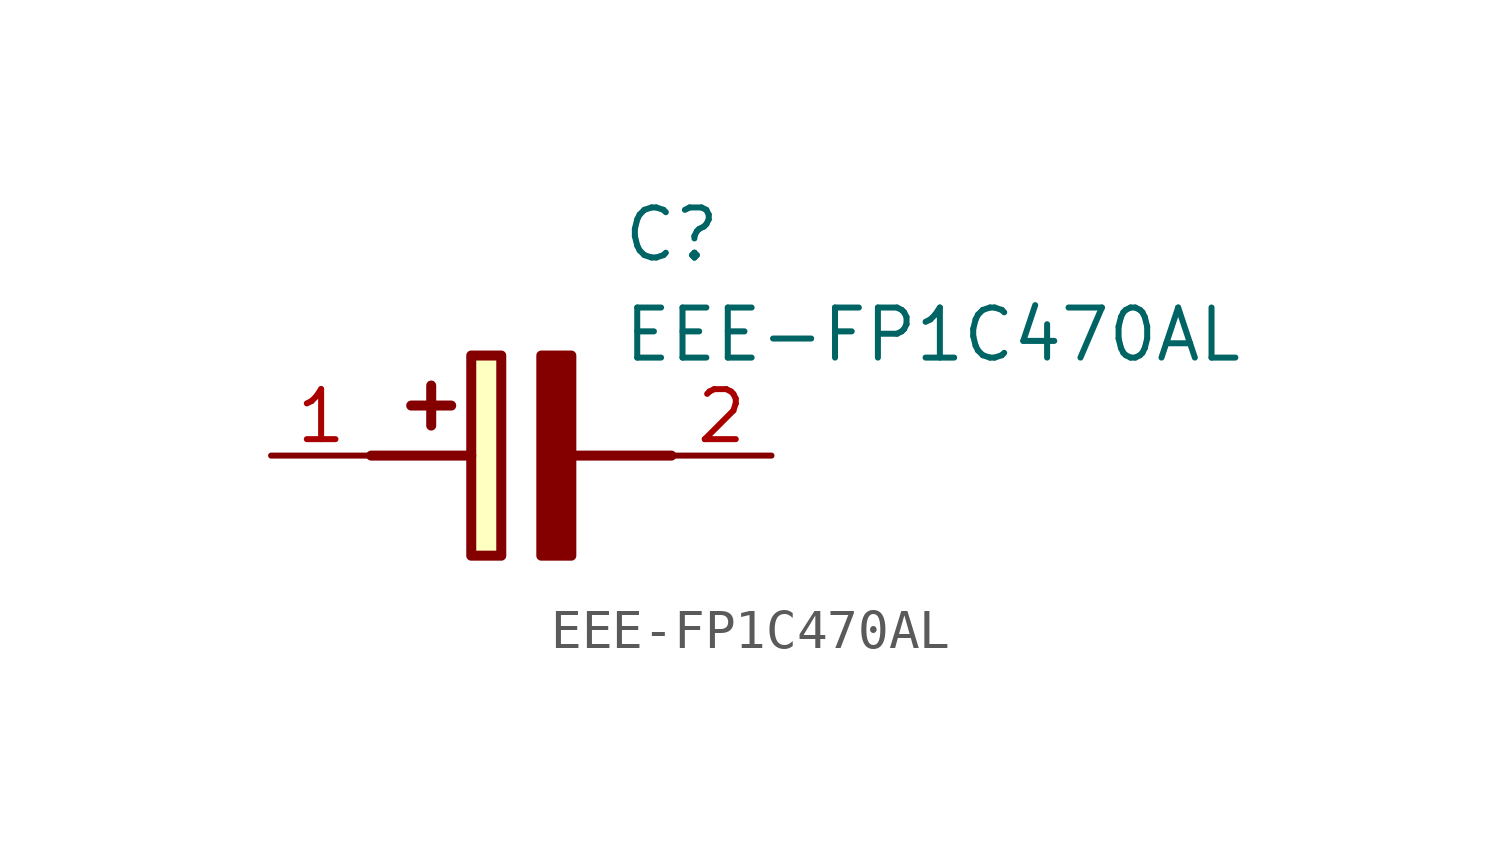
<source format=kicad_sym>
(kicad_symbol_lib
  (version 20211014)
  (generator SamacSys_ECAD_Model)
  (symbol "EEE-FP1C470AL"
    (pin_names hide)
    (property "Reference" "C"
      (at 8.89 6.35 0)
      (effects (font (size 1.27 1.27)) (justify left top)))
    (property "Value" "EEE-FP1C470AL"
      (at 8.89 3.81 0)
      (effects (font (size 1.27 1.27)) (justify left top)))
    (rectangle
      (start 5.08 2.54)
      (end 5.842 -2.54)
      (stroke (width 0.254) (type default))
      (fill (type background)))
    (polyline
      (pts (xy 4.572 1.27) (xy 3.556 1.27))
      (stroke (width 0.254) (type default))
      (fill (type none)))
    (polyline
      (pts (xy 4.064 1.778) (xy 4.064 0.762))
      (stroke (width 0.254) (type default))
      (fill (type none)))
    (polyline
      (pts (xy 2.54 0) (xy 5.08 0))
      (stroke (width 0.254) (type default))
      (fill (type none)))
    (polyline
      (pts (xy 7.62 0) (xy 10.16 0))
      (stroke (width 0.254) (type default))
      (fill (type none)))
    (polyline
      (pts (xy 7.62 2.54) (xy 7.62 -2.54) (xy 6.858 -2.54) (xy 6.858 2.54) (xy 7.62 2.54))
      (stroke (width 0.254) (type default))
      (fill (type outline)))
    (pin passive line
      (at 0 0 0)
      (length 2.54)
      (name "+" (effects (font (size 1.27 1.27))))
      (number "1" (effects (font (size 1.27 1.27)))))
    (pin passive line
      (at 12.7 0 180)
      (length 2.54)
      (name "-" (effects (font (size 1.27 1.27))))
      (number "2" (effects (font (size 1.27 1.27)))))))
</source>
